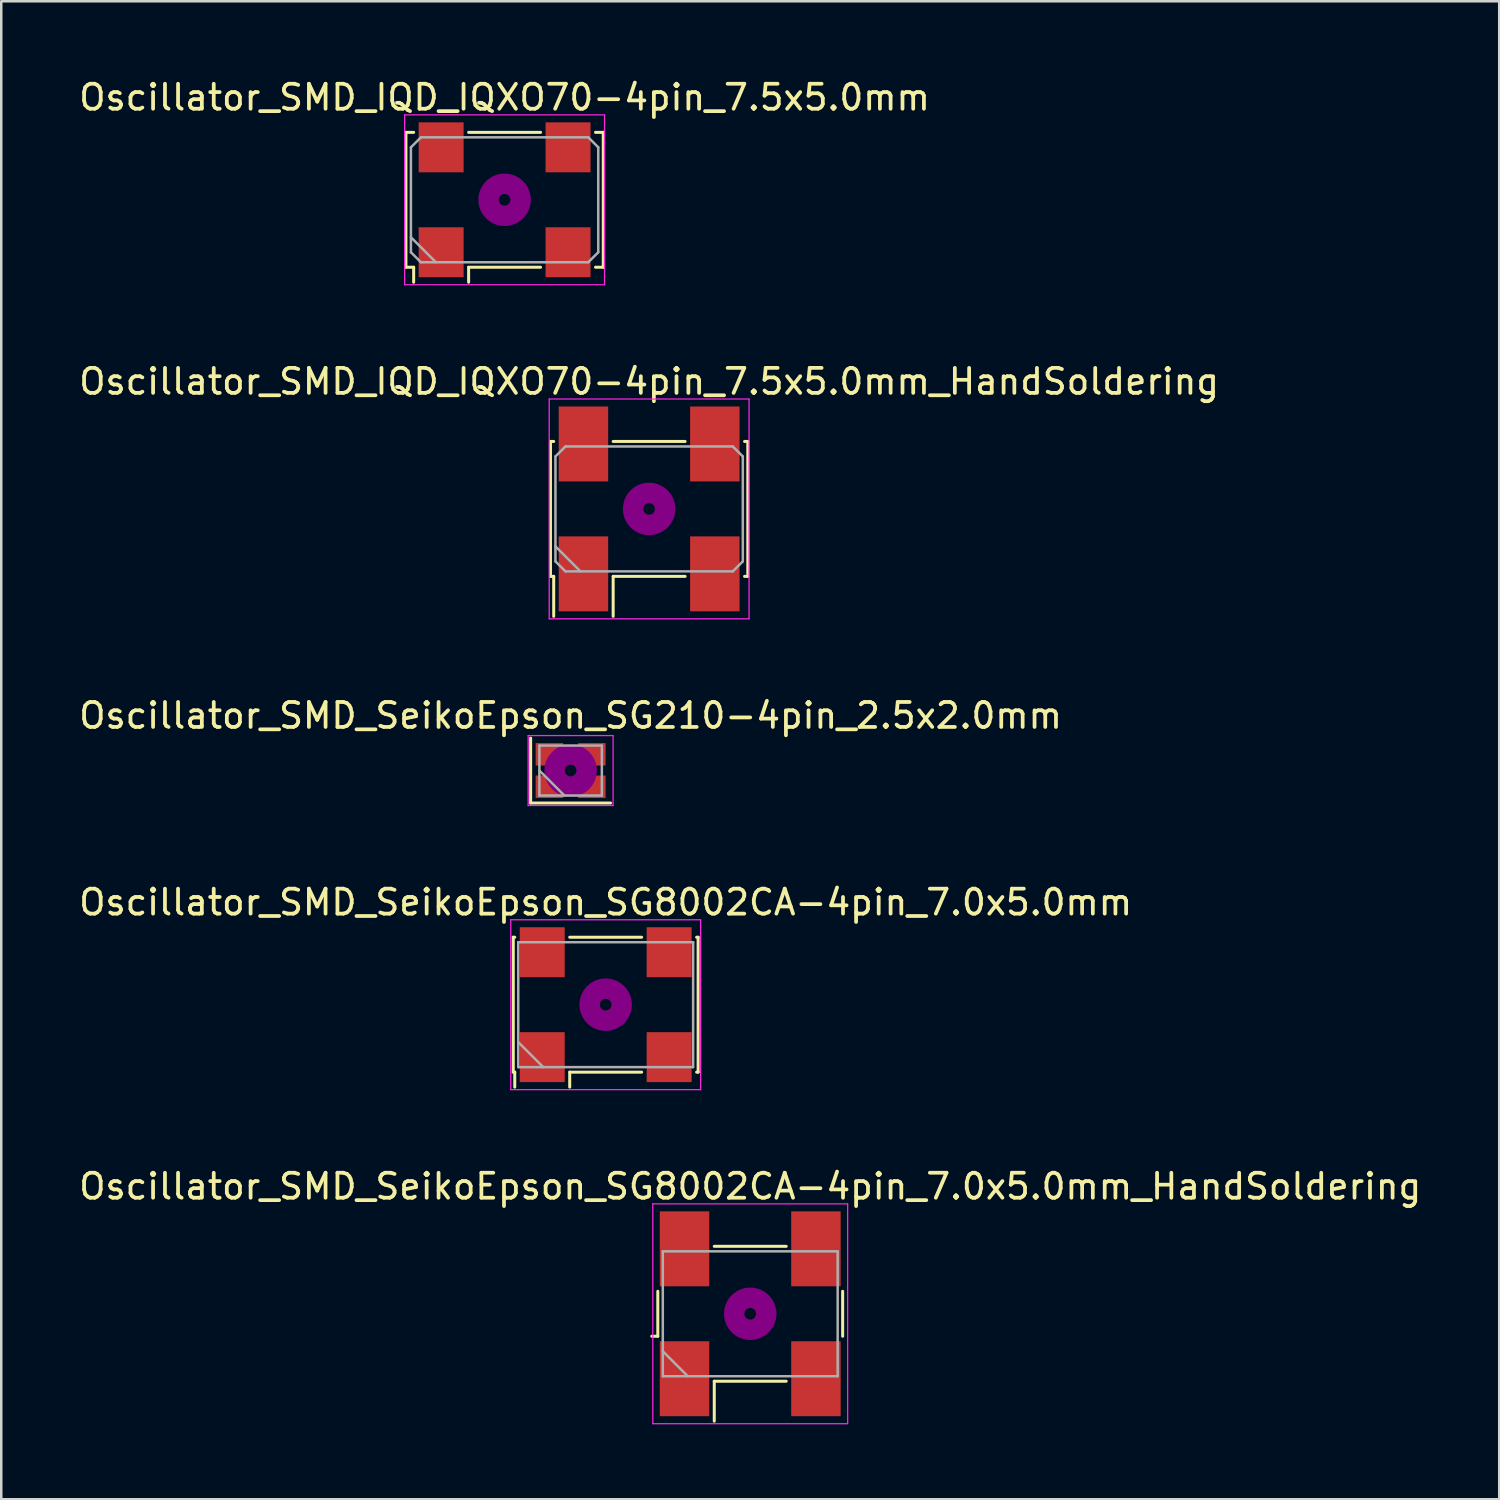
<source format=kicad_pcb>
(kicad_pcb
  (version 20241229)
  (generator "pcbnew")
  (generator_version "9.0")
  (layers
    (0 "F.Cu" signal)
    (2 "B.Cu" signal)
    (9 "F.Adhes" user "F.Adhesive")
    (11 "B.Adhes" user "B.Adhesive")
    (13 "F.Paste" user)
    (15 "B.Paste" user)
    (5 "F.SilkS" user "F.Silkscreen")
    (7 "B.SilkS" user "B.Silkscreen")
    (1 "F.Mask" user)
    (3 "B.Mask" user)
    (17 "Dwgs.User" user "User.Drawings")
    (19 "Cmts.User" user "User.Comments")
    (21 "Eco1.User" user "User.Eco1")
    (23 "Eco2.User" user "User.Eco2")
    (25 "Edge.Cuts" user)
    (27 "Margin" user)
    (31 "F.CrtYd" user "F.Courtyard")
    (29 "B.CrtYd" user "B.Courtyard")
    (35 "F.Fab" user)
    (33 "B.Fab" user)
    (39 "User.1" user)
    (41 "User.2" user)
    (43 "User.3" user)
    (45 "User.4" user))
  (footprint "Oscillator_SMD_IQD_IQXO70-4pin_7.5x5.0mm"
    (layer "F.Cu")
    (at 17.149 4.948)
    (property "Reference" "Oscillator_SMD_IQD_IQXO70-4pin_7.5x5.0mm" (at 0 -4.1 0) (layer "F.SilkS") (effects (font (size 1 1) (thickness 0.15))))
    (attr smd)
    (fp_line (start -3.95 -2.7) (end -3.64 -2.7) (stroke (width 0.12) (type solid)) (layer "F.SilkS"))
    (fp_line (start -3.95 2.7) (end -3.95 -2.7) (stroke (width 0.12) (type solid)) (layer "F.SilkS"))
    (fp_line (start -3.64 2.7) (end -3.95 2.7) (stroke (width 0.12) (type solid)) (layer "F.SilkS"))
    (fp_line (start -3.64 3.3) (end -3.64 2.7) (stroke (width 0.12) (type solid)) (layer "F.SilkS"))
    (fp_line (start -1.44 -2.7) (end 1.44 -2.7) (stroke (width 0.12) (type solid)) (layer "F.SilkS"))
    (fp_line (start -1.44 2.7) (end -1.44 3.3) (stroke (width 0.12) (type solid)) (layer "F.SilkS"))
    (fp_line (start 1.44 2.7) (end -1.44 2.7) (stroke (width 0.12) (type solid)) (layer "F.SilkS"))
    (fp_line (start 3.64 -2.7) (end 3.95 -2.7) (stroke (width 0.12) (type solid)) (layer "F.SilkS"))
    (fp_line (start 3.95 -2.7) (end 3.95 2.7) (stroke (width 0.12) (type solid)) (layer "F.SilkS"))
    (fp_line (start 3.95 2.7) (end 3.64 2.7) (stroke (width 0.12) (type solid)) (layer "F.SilkS"))
    (fp_circle (center 0 0) (end 0.233 0) (stroke (width 0.467) (type solid)) (fill no) (layer "F.Adhes"))
    (fp_circle (center 0 0) (end 0.533 0) (stroke (width 0.333) (type solid)) (fill no) (layer "F.Adhes"))
    (fp_circle (center 0 0) (end 0.833 0) (stroke (width 0.333) (type solid)) (fill no) (layer "F.Adhes"))
    (fp_circle (center 0 0) (end 1 0) (stroke (width 0.1) (type solid)) (fill no) (layer "F.Adhes"))
    (fp_line (start -4 -3.4) (end -4 3.4) (stroke (width 0.05) (type solid)) (layer "F.CrtYd"))
    (fp_line (start -4 3.4) (end 4 3.4) (stroke (width 0.05) (type solid)) (layer "F.CrtYd"))
    (fp_line (start 4 -3.4) (end -4 -3.4) (stroke (width 0.05) (type solid)) (layer "F.CrtYd"))
    (fp_line (start 4 3.4) (end 4 -3.4) (stroke (width 0.05) (type solid)) (layer "F.CrtYd"))
    (fp_line (start -3.75 -2.1) (end -3.35 -2.5) (stroke (width 0.1) (type solid)) (layer "F.Fab"))
    (fp_line (start -3.75 1.5) (end -2.75 2.5) (stroke (width 0.1) (type solid)) (layer "F.Fab"))
    (fp_line (start -3.75 2.1) (end -3.75 -2.1) (stroke (width 0.1) (type solid)) (layer "F.Fab"))
    (fp_line (start -3.35 -2.5) (end 3.35 -2.5) (stroke (width 0.1) (type solid)) (layer "F.Fab"))
    (fp_line (start -3.35 2.5) (end -3.75 2.1) (stroke (width 0.1) (type solid)) (layer "F.Fab"))
    (fp_line (start 3.35 -2.5) (end 3.75 -2.1) (stroke (width 0.1) (type solid)) (layer "F.Fab"))
    (fp_line (start 3.35 2.5) (end -3.35 2.5) (stroke (width 0.1) (type solid)) (layer "F.Fab"))
    (fp_line (start 3.75 -2.1) (end 3.75 2.1) (stroke (width 0.1) (type solid)) (layer "F.Fab"))
    (fp_line (start 3.75 2.1) (end 3.35 2.5) (stroke (width 0.1) (type solid)) (layer "F.Fab"))
    (pad "1" smd rect (at -2.54 2.1) (size 1.8 2) (layers "F.Cu" "F.Mask"))
    (pad "2" smd rect (at 2.54 2.1) (size 1.8 2) (layers "F.Cu" "F.Mask"))
    (pad "3" smd rect (at 2.54 -2.1) (size 1.8 2) (layers "F.Cu" "F.Mask"))
    (pad "4" smd rect (at -2.54 -2.1) (size 1.8 2) (layers "F.Cu" "F.Mask")))
  (footprint "Oscillator_SMD_SeikoEpson_SG8002CA-4pin_7.0x5.0mm"
    (layer "F.Cu")
    (at 21.196 37.168)
    (property "Reference" "Oscillator_SMD_SeikoEpson_SG8002CA-4pin_7.0x5.0mm" (at 0 -4.1 0) (layer "F.SilkS") (effects (font (size 1 1) (thickness 0.15))))
    (attr smd)
    (fp_line (start -3.7 -2.7) (end -3.64 -2.7) (stroke (width 0.12) (type solid)) (layer "F.SilkS"))
    (fp_line (start -3.7 2.7) (end -3.7 -2.7) (stroke (width 0.12) (type solid)) (layer "F.SilkS"))
    (fp_line (start -3.64 2.7) (end -3.7 2.7) (stroke (width 0.12) (type solid)) (layer "F.SilkS"))
    (fp_line (start -3.64 3.3) (end -3.64 2.7) (stroke (width 0.12) (type solid)) (layer "F.SilkS"))
    (fp_line (start -1.44 -2.7) (end 1.44 -2.7) (stroke (width 0.12) (type solid)) (layer "F.SilkS"))
    (fp_line (start -1.44 2.7) (end -1.44 3.3) (stroke (width 0.12) (type solid)) (layer "F.SilkS"))
    (fp_line (start 1.44 2.7) (end -1.44 2.7) (stroke (width 0.12) (type solid)) (layer "F.SilkS"))
    (fp_line (start 3.64 -2.7) (end 3.7 -2.7) (stroke (width 0.12) (type solid)) (layer "F.SilkS"))
    (fp_line (start 3.7 -2.7) (end 3.7 2.7) (stroke (width 0.12) (type solid)) (layer "F.SilkS"))
    (fp_line (start 3.7 2.7) (end 3.64 2.7) (stroke (width 0.12) (type solid)) (layer "F.SilkS"))
    (fp_circle (center 0 0) (end 0.233 0) (stroke (width 0.467) (type solid)) (fill no) (layer "F.Adhes"))
    (fp_circle (center 0 0) (end 0.533 0) (stroke (width 0.333) (type solid)) (fill no) (layer "F.Adhes"))
    (fp_circle (center 0 0) (end 0.833 0) (stroke (width 0.333) (type solid)) (fill no) (layer "F.Adhes"))
    (fp_circle (center 0 0) (end 1 0) (stroke (width 0.1) (type solid)) (fill no) (layer "F.Adhes"))
    (fp_line (start -3.8 -3.4) (end -3.8 3.4) (stroke (width 0.05) (type solid)) (layer "F.CrtYd"))
    (fp_line (start -3.8 3.4) (end 3.8 3.4) (stroke (width 0.05) (type solid)) (layer "F.CrtYd"))
    (fp_line (start 3.8 -3.4) (end -3.8 -3.4) (stroke (width 0.05) (type solid)) (layer "F.CrtYd"))
    (fp_line (start 3.8 3.4) (end 3.8 -3.4) (stroke (width 0.05) (type solid)) (layer "F.CrtYd"))
    (fp_line (start -3.5 -2.5) (end -3.5 2.5) (stroke (width 0.1) (type solid)) (layer "F.Fab"))
    (fp_line (start -3.5 1.5) (end -2.5 2.5) (stroke (width 0.1) (type solid)) (layer "F.Fab"))
    (fp_line (start -3.5 2.5) (end 3.5 2.5) (stroke (width 0.1) (type solid)) (layer "F.Fab"))
    (fp_line (start 3.5 -2.5) (end -3.5 -2.5) (stroke (width 0.1) (type solid)) (layer "F.Fab"))
    (fp_line (start 3.5 2.5) (end 3.5 -2.5) (stroke (width 0.1) (type solid)) (layer "F.Fab"))
    (pad "1" smd rect (at -2.54 2.1) (size 1.8 2) (layers "F.Cu" "F.Mask"))
    (pad "2" smd rect (at 2.54 2.1) (size 1.8 2) (layers "F.Cu" "F.Mask"))
    (pad "3" smd rect (at 2.54 -2.1) (size 1.8 2) (layers "F.Cu" "F.Mask"))
    (pad "4" smd rect (at -2.54 -2.1) (size 1.8 2) (layers "F.Cu" "F.Mask")))
  (footprint "Oscillator_SMD_SeikoEpson_SG8002CA-4pin_7.0x5.0mm_HandSoldering"
    (layer "F.Cu")
    (at 26.982 49.541)
    (property "Reference" "Oscillator_SMD_SeikoEpson_SG8002CA-4pin_7.0x5.0mm_HandSoldering" (at 0 -5.1 0) (layer "F.SilkS") (effects (font (size 1 1) (thickness 0.15))))
    (attr smd)
    (fp_line (start -3.94 0.9) (end -3.7 0.9) (stroke (width 0.12) (type solid)) (layer "F.SilkS"))
    (fp_line (start -3.7 0.9) (end -3.7 -0.9) (stroke (width 0.12) (type solid)) (layer "F.SilkS"))
    (fp_line (start -1.44 -2.7) (end 1.44 -2.7) (stroke (width 0.12) (type solid)) (layer "F.SilkS"))
    (fp_line (start -1.44 2.7) (end -1.44 4.3) (stroke (width 0.12) (type solid)) (layer "F.SilkS"))
    (fp_line (start 1.44 2.7) (end -1.44 2.7) (stroke (width 0.12) (type solid)) (layer "F.SilkS"))
    (fp_line (start 3.7 -0.9) (end 3.7 0.9) (stroke (width 0.12) (type solid)) (layer "F.SilkS"))
    (fp_circle (center 0 0) (end 0.233 0) (stroke (width 0.467) (type solid)) (fill no) (layer "F.Adhes"))
    (fp_circle (center 0 0) (end 0.533 0) (stroke (width 0.333) (type solid)) (fill no) (layer "F.Adhes"))
    (fp_circle (center 0 0) (end 0.833 0) (stroke (width 0.333) (type solid)) (fill no) (layer "F.Adhes"))
    (fp_circle (center 0 0) (end 1 0) (stroke (width 0.1) (type solid)) (fill no) (layer "F.Adhes"))
    (fp_line (start -3.9 -4.4) (end -3.9 4.4) (stroke (width 0.05) (type solid)) (layer "F.CrtYd"))
    (fp_line (start -3.9 4.4) (end 3.9 4.4) (stroke (width 0.05) (type solid)) (layer "F.CrtYd"))
    (fp_line (start 3.9 -4.4) (end -3.9 -4.4) (stroke (width 0.05) (type solid)) (layer "F.CrtYd"))
    (fp_line (start 3.9 4.4) (end 3.9 -4.4) (stroke (width 0.05) (type solid)) (layer "F.CrtYd"))
    (fp_line (start -3.5 -2.5) (end -3.5 2.5) (stroke (width 0.1) (type solid)) (layer "F.Fab"))
    (fp_line (start -3.5 1.5) (end -2.5 2.5) (stroke (width 0.1) (type solid)) (layer "F.Fab"))
    (fp_line (start -3.5 2.5) (end 3.5 2.5) (stroke (width 0.1) (type solid)) (layer "F.Fab"))
    (fp_line (start 3.5 -2.5) (end -3.5 -2.5) (stroke (width 0.1) (type solid)) (layer "F.Fab"))
    (fp_line (start 3.5 2.5) (end 3.5 -2.5) (stroke (width 0.1) (type solid)) (layer "F.Fab"))
    (pad "1" smd rect (at -2.63 2.6) (size 1.98 3) (layers "F.Cu" "F.Mask"))
    (pad "2" smd rect (at 2.63 2.6) (size 1.98 3) (layers "F.Cu" "F.Mask"))
    (pad "3" smd rect (at 2.63 -2.6) (size 1.98 3) (layers "F.Cu" "F.Mask"))
    (pad "4" smd rect (at -2.63 -2.6) (size 1.98 3) (layers "F.Cu" "F.Mask")))
  (footprint "Oscillator_SMD_IQD_IQXO70-4pin_7.5x5.0mm_HandSoldering"
    (layer "F.Cu")
    (at 22.935 17.322)
    (property "Reference" "Oscillator_SMD_IQD_IQXO70-4pin_7.5x5.0mm_HandSoldering" (at 0 -5.1 0) (layer "F.SilkS") (effects (font (size 1 1) (thickness 0.15))))
    (attr smd)
    (fp_line (start -3.95 -2.7) (end -3.82 -2.7) (stroke (width 0.12) (type solid)) (layer "F.SilkS"))
    (fp_line (start -3.95 2.7) (end -3.95 -2.7) (stroke (width 0.12) (type solid)) (layer "F.SilkS"))
    (fp_line (start -3.82 2.7) (end -3.95 2.7) (stroke (width 0.12) (type solid)) (layer "F.SilkS"))
    (fp_line (start -3.82 4.3) (end -3.82 2.7) (stroke (width 0.12) (type solid)) (layer "F.SilkS"))
    (fp_line (start -1.44 -2.7) (end 1.44 -2.7) (stroke (width 0.12) (type solid)) (layer "F.SilkS"))
    (fp_line (start -1.44 2.7) (end -1.44 4.3) (stroke (width 0.12) (type solid)) (layer "F.SilkS"))
    (fp_line (start 1.44 2.7) (end -1.44 2.7) (stroke (width 0.12) (type solid)) (layer "F.SilkS"))
    (fp_line (start 3.82 -2.7) (end 3.95 -2.7) (stroke (width 0.12) (type solid)) (layer "F.SilkS"))
    (fp_line (start 3.95 -2.7) (end 3.95 2.7) (stroke (width 0.12) (type solid)) (layer "F.SilkS"))
    (fp_line (start 3.95 2.7) (end 3.82 2.7) (stroke (width 0.12) (type solid)) (layer "F.SilkS"))
    (fp_circle (center 0 0) (end 0.233 0) (stroke (width 0.467) (type solid)) (fill no) (layer "F.Adhes"))
    (fp_circle (center 0 0) (end 0.533 0) (stroke (width 0.333) (type solid)) (fill no) (layer "F.Adhes"))
    (fp_circle (center 0 0) (end 0.833 0) (stroke (width 0.333) (type solid)) (fill no) (layer "F.Adhes"))
    (fp_circle (center 0 0) (end 1 0) (stroke (width 0.1) (type solid)) (fill no) (layer "F.Adhes"))
    (fp_line (start -4 -4.4) (end -4 4.4) (stroke (width 0.05) (type solid)) (layer "F.CrtYd"))
    (fp_line (start -4 4.4) (end 4 4.4) (stroke (width 0.05) (type solid)) (layer "F.CrtYd"))
    (fp_line (start 4 -4.4) (end -4 -4.4) (stroke (width 0.05) (type solid)) (layer "F.CrtYd"))
    (fp_line (start 4 4.4) (end 4 -4.4) (stroke (width 0.05) (type solid)) (layer "F.CrtYd"))
    (fp_line (start -3.75 -2.1) (end -3.35 -2.5) (stroke (width 0.1) (type solid)) (layer "F.Fab"))
    (fp_line (start -3.75 1.5) (end -2.75 2.5) (stroke (width 0.1) (type solid)) (layer "F.Fab"))
    (fp_line (start -3.75 2.1) (end -3.75 -2.1) (stroke (width 0.1) (type solid)) (layer "F.Fab"))
    (fp_line (start -3.35 -2.5) (end 3.35 -2.5) (stroke (width 0.1) (type solid)) (layer "F.Fab"))
    (fp_line (start -3.35 2.5) (end -3.75 2.1) (stroke (width 0.1) (type solid)) (layer "F.Fab"))
    (fp_line (start 3.35 -2.5) (end 3.75 -2.1) (stroke (width 0.1) (type solid)) (layer "F.Fab"))
    (fp_line (start 3.35 2.5) (end -3.35 2.5) (stroke (width 0.1) (type solid)) (layer "F.Fab"))
    (fp_line (start 3.75 -2.1) (end 3.75 2.1) (stroke (width 0.1) (type solid)) (layer "F.Fab"))
    (fp_line (start 3.75 2.1) (end 3.35 2.5) (stroke (width 0.1) (type solid)) (layer "F.Fab"))
    (pad "1" smd rect (at -2.63 2.6) (size 1.98 3) (layers "F.Cu" "F.Mask"))
    (pad "2" smd rect (at 2.63 2.6) (size 1.98 3) (layers "F.Cu" "F.Mask"))
    (pad "3" smd rect (at 2.63 -2.6) (size 1.98 3) (layers "F.Cu" "F.Mask"))
    (pad "4" smd rect (at -2.63 -2.6) (size 1.98 3) (layers "F.Cu" "F.Mask")))
  (footprint "Oscillator_SMD_SeikoEpson_SG210-4pin_2.5x2.0mm"
    (layer "F.Cu")
    (at 19.792 27.795)
    (property "Reference" "Oscillator_SMD_SeikoEpson_SG210-4pin_2.5x2.0mm" (at 0 -2.2 0) (layer "F.SilkS") (effects (font (size 1 1) (thickness 0.15))))
    (attr smd)
    (fp_line (start -1.6 -1.3) (end -1.6 1.3) (stroke (width 0.12) (type solid)) (layer "F.SilkS"))
    (fp_line (start -1.6 1.3) (end 1.6 1.3) (stroke (width 0.12) (type solid)) (layer "F.SilkS"))
    (fp_circle (center 0 0) (end 0.233 0) (stroke (width 0.467) (type solid)) (fill no) (layer "F.Adhes"))
    (fp_circle (center 0 0) (end 0.533 0) (stroke (width 0.333) (type solid)) (fill no) (layer "F.Adhes"))
    (fp_circle (center 0 0) (end 0.833 0) (stroke (width 0.333) (type solid)) (fill no) (layer "F.Adhes"))
    (fp_circle (center 0 0) (end 1 0) (stroke (width 0.1) (type solid)) (fill no) (layer "F.Adhes"))
    (fp_line (start -1.7 -1.4) (end -1.7 1.4) (stroke (width 0.05) (type solid)) (layer "F.CrtYd"))
    (fp_line (start -1.7 1.4) (end 1.7 1.4) (stroke (width 0.05) (type solid)) (layer "F.CrtYd"))
    (fp_line (start 1.7 -1.4) (end -1.7 -1.4) (stroke (width 0.05) (type solid)) (layer "F.CrtYd"))
    (fp_line (start 1.7 1.4) (end 1.7 -1.4) (stroke (width 0.05) (type solid)) (layer "F.CrtYd"))
    (fp_line (start -1.25 -1) (end -1.25 1) (stroke (width 0.1) (type solid)) (layer "F.Fab"))
    (fp_line (start -1.25 0) (end -0.25 1) (stroke (width 0.1) (type solid)) (layer "F.Fab"))
    (fp_line (start -1.25 1) (end 1.25 1) (stroke (width 0.1) (type solid)) (layer "F.Fab"))
    (fp_line (start 1.25 -1) (end -1.25 -1) (stroke (width 0.1) (type solid)) (layer "F.Fab"))
    (fp_line (start 1.25 1) (end 1.25 -1) (stroke (width 0.1) (type solid)) (layer "F.Fab"))
    (pad "1" smd rect (at -0.85 0.65) (size 1.1 0.9) (layers "F.Cu" "F.Mask"))
    (pad "2" smd rect (at 0.85 0.65) (size 1.1 0.9) (layers "F.Cu" "F.Mask"))
    (pad "3" smd rect (at 0.85 -0.65) (size 1.1 0.9) (layers "F.Cu" "F.Mask"))
    (pad "4" smd rect (at -0.85 -0.65) (size 1.1 0.9) (layers "F.Cu" "F.Mask")))
  (gr_rect
    (start -3 -3)
    (end 56.964 56.966)
    (stroke (width 0.1) (type default))
    (fill no)
    (layer "Edge.Cuts")))
</source>
